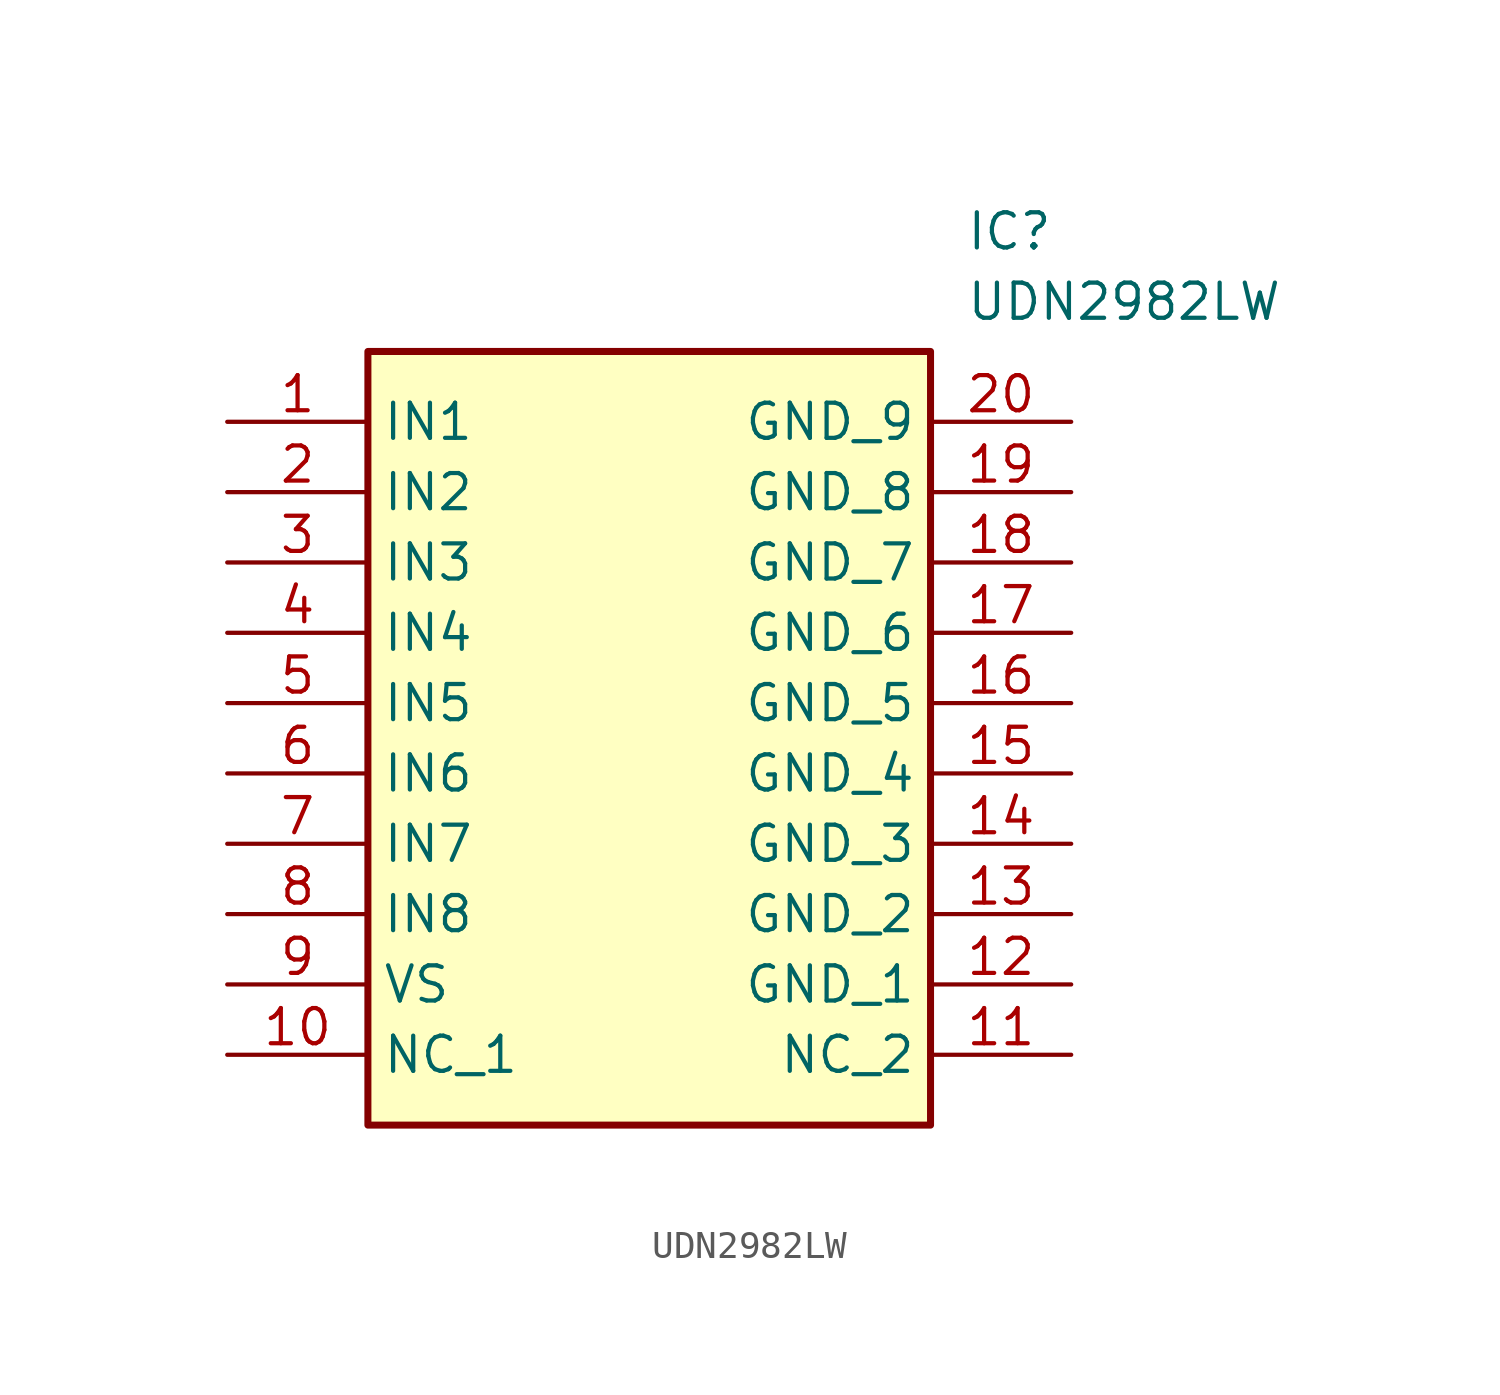
<source format=kicad_sym>
(kicad_symbol_lib
  (version 20220914)
  (generator kicad_symbol_editor)
  (symbol "UDN2982LW"
    (property "Reference" "IC"
      (at 26.67 7.62 0)
      (effects (font (size 1.27 1.27)) (justify left top)))
    (property "Value" "UDN2982LW"
      (at 26.67 5.08 0)
      (effects (font (size 1.27 1.27)) (justify left top)))
    (symbol "UDN2982LW_1_1"
      (rectangle (start 5.08 2.54) (end 25.4 -25.4) (stroke (width 0.254) (type default)) (fill (type background)))
      (pin input line (at 0 0 0) (length 5.08) (name "IN1" (effects (font (size 1.27 1.27)))) (number "1" (effects (font (size 1.27 1.27)))))
      (pin passive line (at 0 -22.86 0) (length 5.08) (name "NC_1" (effects (font (size 1.27 1.27)))) (number "10" (effects (font (size 1.27 1.27)))))
      (pin passive line (at 30.48 -22.86 180) (length 5.08) (name "NC_2" (effects (font (size 1.27 1.27)))) (number "11" (effects (font (size 1.27 1.27)))))
      (pin power_in line (at 30.48 -20.32 180) (length 5.08) (name "GND_1" (effects (font (size 1.27 1.27)))) (number "12" (effects (font (size 1.27 1.27)))))
      (pin power_in line (at 30.48 -17.78 180) (length 5.08) (name "GND_2" (effects (font (size 1.27 1.27)))) (number "13" (effects (font (size 1.27 1.27)))))
      (pin power_in line (at 30.48 -15.24 180) (length 5.08) (name "GND_3" (effects (font (size 1.27 1.27)))) (number "14" (effects (font (size 1.27 1.27)))))
      (pin power_in line (at 30.48 -12.7 180) (length 5.08) (name "GND_4" (effects (font (size 1.27 1.27)))) (number "15" (effects (font (size 1.27 1.27)))))
      (pin power_in line (at 30.48 -10.16 180) (length 5.08) (name "GND_5" (effects (font (size 1.27 1.27)))) (number "16" (effects (font (size 1.27 1.27)))))
      (pin power_in line (at 30.48 -7.62 180) (length 5.08) (name "GND_6" (effects (font (size 1.27 1.27)))) (number "17" (effects (font (size 1.27 1.27)))))
      (pin power_in line (at 30.48 -5.08 180) (length 5.08) (name "GND_7" (effects (font (size 1.27 1.27)))) (number "18" (effects (font (size 1.27 1.27)))))
      (pin power_in line (at 30.48 -2.54 180) (length 5.08) (name "GND_8" (effects (font (size 1.27 1.27)))) (number "19" (effects (font (size 1.27 1.27)))))
      (pin input line (at 0 -2.54 0) (length 5.08) (name "IN2" (effects (font (size 1.27 1.27)))) (number "2" (effects (font (size 1.27 1.27)))))
      (pin power_in line (at 30.48 0 180) (length 5.08) (name "GND_9" (effects (font (size 1.27 1.27)))) (number "20" (effects (font (size 1.27 1.27)))))
      (pin input line (at 0 -5.08 0) (length 5.08) (name "IN3" (effects (font (size 1.27 1.27)))) (number "3" (effects (font (size 1.27 1.27)))))
      (pin input line (at 0 -7.62 0) (length 5.08) (name "IN4" (effects (font (size 1.27 1.27)))) (number "4" (effects (font (size 1.27 1.27)))))
      (pin input line (at 0 -10.16 0) (length 5.08) (name "IN5" (effects (font (size 1.27 1.27)))) (number "5" (effects (font (size 1.27 1.27)))))
      (pin input line (at 0 -12.7 0) (length 5.08) (name "IN6" (effects (font (size 1.27 1.27)))) (number "6" (effects (font (size 1.27 1.27)))))
      (pin input line (at 0 -15.24 0) (length 5.08) (name "IN7" (effects (font (size 1.27 1.27)))) (number "7" (effects (font (size 1.27 1.27)))))
      (pin input line (at 0 -17.78 0) (length 5.08) (name "IN8" (effects (font (size 1.27 1.27)))) (number "8" (effects (font (size 1.27 1.27)))))
      (pin power_in line (at 0 -20.32 0) (length 5.08) (name "VS" (effects (font (size 1.27 1.27)))) (number "9" (effects (font (size 1.27 1.27))))))))
</source>
